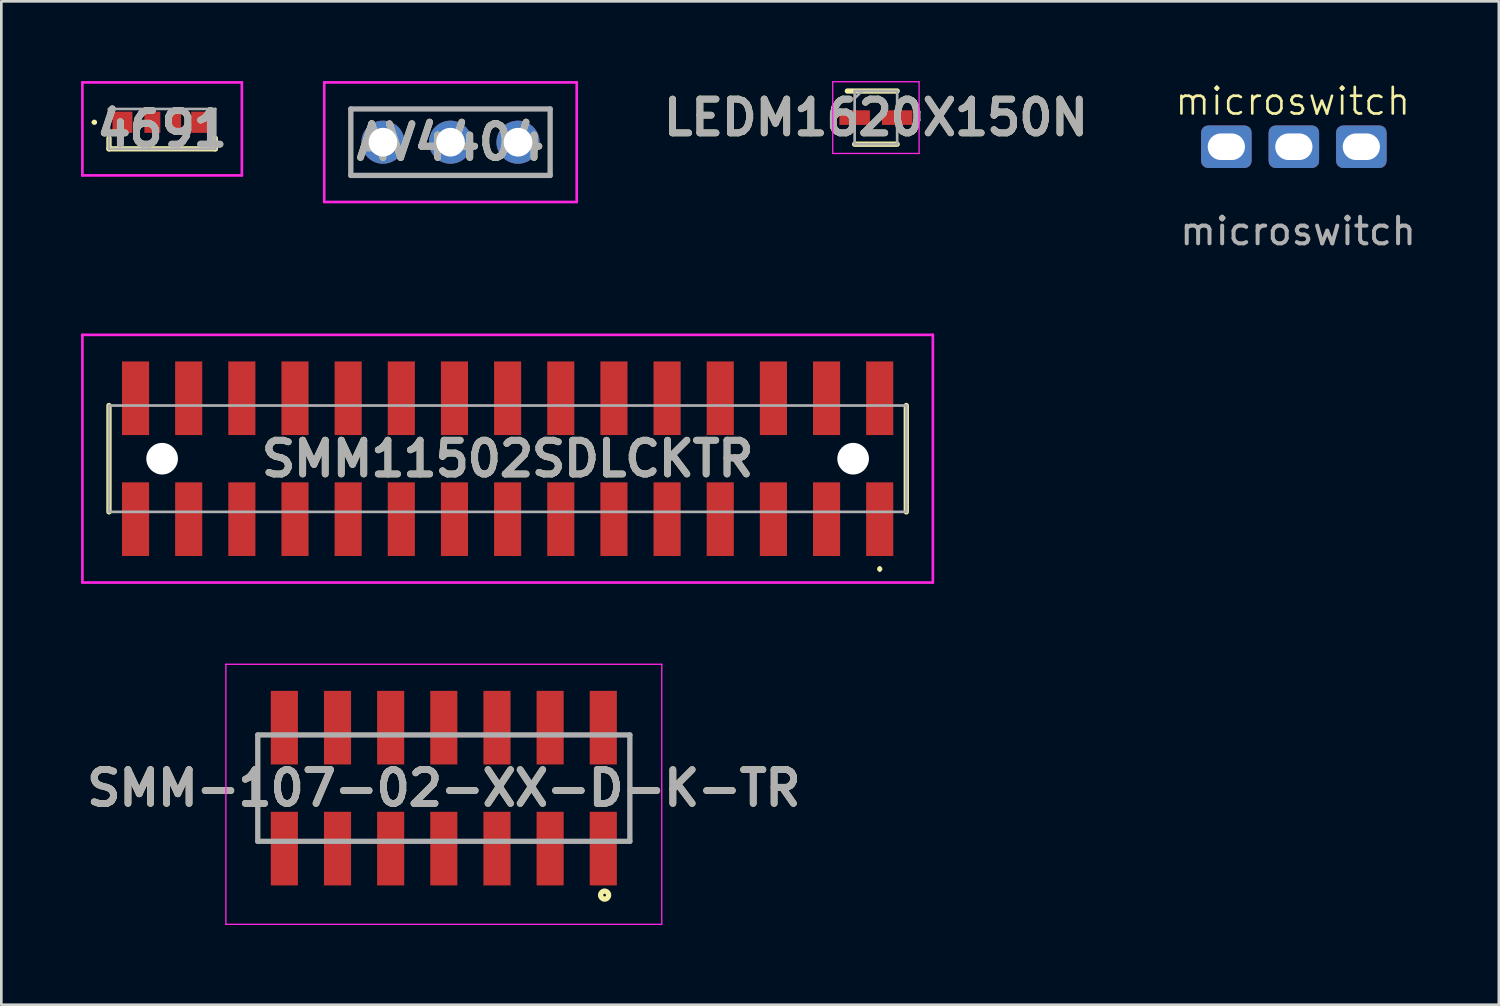
<source format=kicad_pcb>
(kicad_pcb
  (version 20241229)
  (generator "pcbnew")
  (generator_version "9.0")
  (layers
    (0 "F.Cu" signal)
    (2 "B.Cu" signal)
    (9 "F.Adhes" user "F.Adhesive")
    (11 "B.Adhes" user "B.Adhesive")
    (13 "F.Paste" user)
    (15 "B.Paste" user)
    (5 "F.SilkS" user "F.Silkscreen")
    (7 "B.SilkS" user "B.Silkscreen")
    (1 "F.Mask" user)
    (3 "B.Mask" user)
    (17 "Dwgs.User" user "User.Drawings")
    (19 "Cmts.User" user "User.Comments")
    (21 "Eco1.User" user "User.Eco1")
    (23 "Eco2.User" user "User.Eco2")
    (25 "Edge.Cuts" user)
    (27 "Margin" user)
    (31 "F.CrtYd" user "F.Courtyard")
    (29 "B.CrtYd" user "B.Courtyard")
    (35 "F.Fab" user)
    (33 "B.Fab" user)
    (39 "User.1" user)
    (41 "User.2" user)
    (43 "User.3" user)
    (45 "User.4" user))
  (footprint "microswitch"
    (layer "F.Cu")
    (at 45.792 3.151)
    (property "Reference" "microswitch" (at -0.2 -2.39 0) (unlocked yes) (layer "F.SilkS") (effects (font (size 1 1) (thickness 0.1))))
    (attr through_hole)
    (fp_text user "${REFERENCE}" (at 0 2.5 0) (unlocked yes) (layer "F.Fab") (effects (font (size 1 1) (thickness 0.15))))
    (pad "1" thru_hole roundrect (at -2.7 -0.68) (size 1.9 1.6) (drill oval 1.4 1) (layers "*.Cu" "*.Mask") (roundrect_rratio 0.164))
    (pad "2" thru_hole roundrect (at -0.16 -0.68) (size 1.9 1.6) (drill oval 1.4 1) (layers "*.Cu" "*.Mask") (roundrect_rratio 0.164))
    (pad "3" thru_hole roundrect (at 2.38 -0.68) (size 1.9 1.6) (drill oval 1.4 1) (layers "*.Cu" "*.Mask") (roundrect_rratio 0.164)))
  (footprint "SMM11502SDLCKTR"
    (layer "F.Cu")
    (at 16.05 14.209)
    (property "Reference" "SMM11502SDLCKTR" (at 0 0 0) (layer "F.SilkS") (effects (font (size 1.27 1.27) (thickness 0.254))))
    (attr through_hole)
    (fp_line (start -15 -2.001) (end -15 2.001) (stroke (width 0.2) (type solid)) (layer "F.SilkS"))
    (fp_line (start 14 4.1) (end 14 4.1) (stroke (width 0.1) (type solid)) (layer "F.SilkS"))
    (fp_line (start 14 4.2) (end 14 4.2) (stroke (width 0.1) (type solid)) (layer "F.SilkS"))
    (fp_line (start 15 -2.001) (end 15 2.001) (stroke (width 0.2) (type solid)) (layer "F.SilkS"))
    (fp_arc (start 14 4.1) (mid 14.05 4.15) (end 14 4.2) (stroke (width 0.1) (type solid)) (layer "F.SilkS"))
    (fp_arc (start 14 4.2) (mid 13.95 4.15) (end 14 4.1) (stroke (width 0.1) (type solid)) (layer "F.SilkS"))
    (fp_line (start -16 -4.66) (end 16 -4.66) (stroke (width 0.1) (type solid)) (layer "F.CrtYd"))
    (fp_line (start -16 4.66) (end -16 -4.66) (stroke (width 0.1) (type solid)) (layer "F.CrtYd"))
    (fp_line (start 16 -4.66) (end 16 4.66) (stroke (width 0.1) (type solid)) (layer "F.CrtYd"))
    (fp_line (start 16 4.66) (end -16 4.66) (stroke (width 0.1) (type solid)) (layer "F.CrtYd"))
    (fp_line (start -15 -2.001) (end 15 -2.001) (stroke (width 0.1) (type solid)) (layer "F.Fab"))
    (fp_line (start -15 2.001) (end -15 -2.001) (stroke (width 0.1) (type solid)) (layer "F.Fab"))
    (fp_line (start 15 -2.001) (end 15 2.001) (stroke (width 0.1) (type solid)) (layer "F.Fab"))
    (fp_line (start 15 2.001) (end -15 2.001) (stroke (width 0.1) (type solid)) (layer "F.Fab"))
    (fp_text user "${REFERENCE}" (at 0 0 0) (layer "F.Fab") (effects (font (size 1.27 1.27) (thickness 0.254))))
    (pad "" np_thru_hole circle (at -13 0) (size 1.19 1.19) (drill 1.19) (layers "*.Cu" "*.Mask"))
    (pad "" np_thru_hole circle (at 13 0) (size 1.19 1.19) (drill 1.19) (layers "*.Cu" "*.Mask"))
    (pad "1" smd rect (at 14 2.275) (size 1.02 2.77) (layers "F.Cu" "F.Mask" "F.Paste"))
    (pad "2" smd rect (at 14 -2.275) (size 1.02 2.77) (layers "F.Cu" "F.Mask" "F.Paste"))
    (pad "3" smd rect (at 12 2.275) (size 1.02 2.77) (layers "F.Cu" "F.Mask" "F.Paste"))
    (pad "4" smd rect (at 12 -2.275) (size 1.02 2.77) (layers "F.Cu" "F.Mask" "F.Paste"))
    (pad "5" smd rect (at 10 2.275) (size 1.02 2.77) (layers "F.Cu" "F.Mask" "F.Paste"))
    (pad "6" smd rect (at 10 -2.275) (size 1.02 2.77) (layers "F.Cu" "F.Mask" "F.Paste"))
    (pad "7" smd rect (at 8 2.275) (size 1.02 2.77) (layers "F.Cu" "F.Mask" "F.Paste"))
    (pad "8" smd rect (at 8 -2.275) (size 1.02 2.77) (layers "F.Cu" "F.Mask" "F.Paste"))
    (pad "9" smd rect (at 6 2.275) (size 1.02 2.77) (layers "F.Cu" "F.Mask" "F.Paste"))
    (pad "10" smd rect (at 6 -2.275) (size 1.02 2.77) (layers "F.Cu" "F.Mask" "F.Paste"))
    (pad "11" smd rect (at 4 2.275) (size 1.02 2.77) (layers "F.Cu" "F.Mask" "F.Paste"))
    (pad "12" smd rect (at 4 -2.275) (size 1.02 2.77) (layers "F.Cu" "F.Mask" "F.Paste"))
    (pad "13" smd rect (at 2 2.275) (size 1.02 2.77) (layers "F.Cu" "F.Mask" "F.Paste"))
    (pad "14" smd rect (at 2 -2.275) (size 1.02 2.77) (layers "F.Cu" "F.Mask" "F.Paste"))
    (pad "15" smd rect (at 0 2.275) (size 1.02 2.77) (layers "F.Cu" "F.Mask" "F.Paste"))
    (pad "16" smd rect (at 0 -2.275) (size 1.02 2.77) (layers "F.Cu" "F.Mask" "F.Paste"))
    (pad "17" smd rect (at -2 2.275) (size 1.02 2.77) (layers "F.Cu" "F.Mask" "F.Paste"))
    (pad "18" smd rect (at -2 -2.275) (size 1.02 2.77) (layers "F.Cu" "F.Mask" "F.Paste"))
    (pad "19" smd rect (at -4 2.275) (size 1.02 2.77) (layers "F.Cu" "F.Mask" "F.Paste"))
    (pad "20" smd rect (at -4 -2.275) (size 1.02 2.77) (layers "F.Cu" "F.Mask" "F.Paste"))
    (pad "21" smd rect (at -6 2.275) (size 1.02 2.77) (layers "F.Cu" "F.Mask" "F.Paste"))
    (pad "22" smd rect (at -6 -2.275) (size 1.02 2.77) (layers "F.Cu" "F.Mask" "F.Paste"))
    (pad "23" smd rect (at -8 2.275) (size 1.02 2.77) (layers "F.Cu" "F.Mask" "F.Paste"))
    (pad "24" smd rect (at -8 -2.275) (size 1.02 2.77) (layers "F.Cu" "F.Mask" "F.Paste"))
    (pad "25" smd rect (at -10 2.275) (size 1.02 2.77) (layers "F.Cu" "F.Mask" "F.Paste"))
    (pad "26" smd rect (at -10 -2.275) (size 1.02 2.77) (layers "F.Cu" "F.Mask" "F.Paste"))
    (pad "27" smd rect (at -12 2.275) (size 1.02 2.77) (layers "F.Cu" "F.Mask" "F.Paste"))
    (pad "28" smd rect (at -12 -2.275) (size 1.02 2.77) (layers "F.Cu" "F.Mask" "F.Paste"))
    (pad "29" smd rect (at -14 2.275) (size 1.02 2.77) (layers "F.Cu" "F.Mask" "F.Paste"))
    (pad "30" smd rect (at -14 -2.275) (size 1.02 2.77) (layers "F.Cu" "F.Mask" "F.Paste")))
  (footprint "AV4404"
    (layer "F.Cu")
    (at 11.36 2.3)
    (property "Reference" "AV4404" (at 2.54 0 0) (layer "F.SilkS") (effects (font (size 1.27 1.27) (thickness 0.254))))
    (attr through_hole)
    (fp_line (start -1.21 -1.25) (end -1.21 1.25) (stroke (width 0.1) (type solid)) (layer "F.SilkS"))
    (fp_line (start 6.29 -1.25) (end 6.29 1.25) (stroke (width 0.1) (type solid)) (layer "F.SilkS"))
    (fp_line (start -2.21 -2.25) (end 7.29 -2.25) (stroke (width 0.1) (type solid)) (layer "F.CrtYd"))
    (fp_line (start -2.21 2.25) (end -2.21 -2.25) (stroke (width 0.1) (type solid)) (layer "F.CrtYd"))
    (fp_line (start 7.29 -2.25) (end 7.29 2.25) (stroke (width 0.1) (type solid)) (layer "F.CrtYd"))
    (fp_line (start 7.29 2.25) (end -2.21 2.25) (stroke (width 0.1) (type solid)) (layer "F.CrtYd"))
    (fp_line (start -1.21 -1.25) (end 6.29 -1.25) (stroke (width 0.2) (type solid)) (layer "F.Fab"))
    (fp_line (start -1.21 1.25) (end -1.21 -1.25) (stroke (width 0.2) (type solid)) (layer "F.Fab"))
    (fp_line (start 6.29 -1.25) (end 6.29 1.25) (stroke (width 0.2) (type solid)) (layer "F.Fab"))
    (fp_line (start 6.29 1.25) (end -1.21 1.25) (stroke (width 0.2) (type solid)) (layer "F.Fab"))
    (fp_text user "${REFERENCE}" (at 2.54 0 0) (layer "F.Fab") (effects (font (size 1.27 1.27) (thickness 0.254))))
    (pad "1" thru_hole circle (at 0 0) (size 1.62 1.62) (drill 1.08) (layers "*.Cu" "*.Mask"))
    (pad "2" thru_hole circle (at 2.54 0) (size 1.62 1.62) (drill 1.08) (layers "*.Cu" "*.Mask"))
    (pad "3" thru_hole circle (at 5.08 0) (size 1.62 1.62) (drill 1.08) (layers "*.Cu" "*.Mask")))
  (footprint "SMM-107-02-XX-D-K-TR"
    (layer "F.Cu")
    (at 13.649 26.604)
    (property "Reference" "SMM-107-02-XX-D-K-TR" (at 0 0 0) (layer "F.SilkS") (effects (font (size 1.27 1.27) (thickness 0.254))))
    (attr smd)
    (fp_line (start -7 2.001) (end -7 -2.001) (stroke (width 0.1) (type solid)) (layer "F.SilkS"))
    (fp_line (start 7 -2.001) (end 7 2.001) (stroke (width 0.1) (type solid)) (layer "F.SilkS"))
    (fp_circle (center 6.05 4.025) (end 6.05 4.075) (stroke (width 0.2) (type solid)) (fill no) (layer "F.SilkS"))
    (fp_line (start -8.2 -4.66) (end 8.2 -4.66) (stroke (width 0.05) (type solid)) (layer "F.CrtYd"))
    (fp_line (start -8.2 5.125) (end -8.2 -4.66) (stroke (width 0.05) (type solid)) (layer "F.CrtYd"))
    (fp_line (start 8.2 -4.66) (end 8.2 5.125) (stroke (width 0.05) (type solid)) (layer "F.CrtYd"))
    (fp_line (start 8.2 5.125) (end -8.2 5.125) (stroke (width 0.05) (type solid)) (layer "F.CrtYd"))
    (fp_line (start -7 -2.001) (end 7 -2.001) (stroke (width 0.2) (type solid)) (layer "F.Fab"))
    (fp_line (start -7 2.001) (end -7 -2.001) (stroke (width 0.2) (type solid)) (layer "F.Fab"))
    (fp_line (start 7 -2.001) (end 7 2.001) (stroke (width 0.2) (type solid)) (layer "F.Fab"))
    (fp_line (start 7 2.001) (end -7 2.001) (stroke (width 0.2) (type solid)) (layer "F.Fab"))
    (fp_text user "${REFERENCE}" (at 0 0 0) (layer "F.Fab") (effects (font (size 1.27 1.27) (thickness 0.254))))
    (pad "1" smd rect (at 6 2.275) (size 1.02 2.77) (layers "F.Cu" "F.Mask" "F.Paste"))
    (pad "2" smd rect (at 6 -2.275) (size 1.02 2.77) (layers "F.Cu" "F.Mask" "F.Paste"))
    (pad "3" smd rect (at 4 2.275) (size 1.02 2.77) (layers "F.Cu" "F.Mask" "F.Paste"))
    (pad "4" smd rect (at 4 -2.275) (size 1.02 2.77) (layers "F.Cu" "F.Mask" "F.Paste"))
    (pad "5" smd rect (at 2 2.275) (size 1.02 2.77) (layers "F.Cu" "F.Mask" "F.Paste"))
    (pad "6" smd rect (at 2 -2.275) (size 1.02 2.77) (layers "F.Cu" "F.Mask" "F.Paste"))
    (pad "7" smd rect (at 0 2.275) (size 1.02 2.77) (layers "F.Cu" "F.Mask" "F.Paste"))
    (pad "8" smd rect (at 0 -2.275) (size 1.02 2.77) (layers "F.Cu" "F.Mask" "F.Paste"))
    (pad "9" smd rect (at -2 2.275) (size 1.02 2.77) (layers "F.Cu" "F.Mask" "F.Paste"))
    (pad "10" smd rect (at -2 -2.275) (size 1.02 2.77) (layers "F.Cu" "F.Mask" "F.Paste"))
    (pad "11" smd rect (at -4 2.275) (size 1.02 2.77) (layers "F.Cu" "F.Mask" "F.Paste"))
    (pad "12" smd rect (at -4 -2.275) (size 1.02 2.77) (layers "F.Cu" "F.Mask" "F.Paste"))
    (pad "13" smd rect (at -6 2.275) (size 1.02 2.77) (layers "F.Cu" "F.Mask" "F.Paste"))
    (pad "14" smd rect (at -6 -2.275) (size 1.02 2.77) (layers "F.Cu" "F.Mask" "F.Paste")))
  (footprint "LEDM1620X150N"
    (layer "F.Cu")
    (at 29.907 1.375)
    (property "Reference" "LEDM1620X150N" (at 0 0 0) (layer "F.SilkS") (effects (font (size 1.27 1.27) (thickness 0.254))))
    (attr smd)
    (fp_line (start -0.8 1) (end 0.8 1) (stroke (width 0.2) (type solid)) (layer "F.SilkS"))
    (fp_line (start 0.8 -1) (end -1.075 -1) (stroke (width 0.2) (type solid)) (layer "F.SilkS"))
    (fp_line (start -1.625 -1.35) (end 1.625 -1.35) (stroke (width 0.05) (type solid)) (layer "F.CrtYd"))
    (fp_line (start -1.625 1.35) (end -1.625 -1.35) (stroke (width 0.05) (type solid)) (layer "F.CrtYd"))
    (fp_line (start 1.625 -1.35) (end 1.625 1.35) (stroke (width 0.05) (type solid)) (layer "F.CrtYd"))
    (fp_line (start 1.625 1.35) (end -1.625 1.35) (stroke (width 0.05) (type solid)) (layer "F.CrtYd"))
    (fp_line (start -0.8 -1) (end 0.8 -1) (stroke (width 0.1) (type solid)) (layer "F.Fab"))
    (fp_line (start -0.8 -0.725) (end -0.525 -1) (stroke (width 0.1) (type solid)) (layer "F.Fab"))
    (fp_line (start -0.8 1) (end -0.8 -1) (stroke (width 0.1) (type solid)) (layer "F.Fab"))
    (fp_line (start 0.8 -1) (end 0.8 1) (stroke (width 0.1) (type solid)) (layer "F.Fab"))
    (fp_line (start 0.8 1) (end -0.8 1) (stroke (width 0.1) (type solid)) (layer "F.Fab"))
    (fp_text user "${REFERENCE}" (at 0 0 0) (layer "F.Fab") (effects (font (size 1.27 1.27) (thickness 0.254))))
    (pad "1" smd rect (at -0.8 0 90) (size 0.55 1.15) (layers "F.Cu" "F.Mask" "F.Paste"))
    (pad "2" smd rect (at 0.8 0 90) (size 0.55 1.15) (layers "F.Cu" "F.Mask" "F.Paste")))
  (footprint "4691"
    (layer "F.Cu")
    (at 3.05 1.55)
    (property "Reference" "4691" (at 0 0.25 0) (layer "F.SilkS") (effects (font (size 1.27 1.27) (thickness 0.254))))
    (attr smd)
    (fp_line (start -2.6 0) (end -2.6 0) (stroke (width 0.1) (type solid)) (layer "F.SilkS"))
    (fp_line (start -2.5 0) (end -2.5 0) (stroke (width 0.1) (type solid)) (layer "F.SilkS"))
    (fp_line (start -2 0.6) (end -2 1) (stroke (width 0.2) (type solid)) (layer "F.SilkS"))
    (fp_line (start -2 1) (end 2 1) (stroke (width 0.2) (type solid)) (layer "F.SilkS"))
    (fp_line (start 2 1) (end 2 0.6) (stroke (width 0.2) (type solid)) (layer "F.SilkS"))
    (fp_arc (start -2.6 0) (mid -2.55 -0.05) (end -2.5 0) (stroke (width 0.1) (type solid)) (layer "F.SilkS"))
    (fp_arc (start -2.5 0) (mid -2.55 0.05) (end -2.6 0) (stroke (width 0.1) (type solid)) (layer "F.SilkS"))
    (fp_line (start -3 -1.5) (end 3 -1.5) (stroke (width 0.1) (type solid)) (layer "F.CrtYd"))
    (fp_line (start -3 2) (end -3 -1.5) (stroke (width 0.1) (type solid)) (layer "F.CrtYd"))
    (fp_line (start 3 -1.5) (end 3 2) (stroke (width 0.1) (type solid)) (layer "F.CrtYd"))
    (fp_line (start 3 2) (end -3 2) (stroke (width 0.1) (type solid)) (layer "F.CrtYd"))
    (fp_line (start -2 -0.5) (end 2 -0.5) (stroke (width 0.1) (type solid)) (layer "F.Fab"))
    (fp_line (start -2 1) (end -2 -0.5) (stroke (width 0.1) (type solid)) (layer "F.Fab"))
    (fp_line (start 2 -0.5) (end 2 1) (stroke (width 0.1) (type solid)) (layer "F.Fab"))
    (fp_line (start 2 1) (end -2 1) (stroke (width 0.1) (type solid)) (layer "F.Fab"))
    (fp_text user "${REFERENCE}" (at 0 0.25 0) (layer "F.Fab") (effects (font (size 1.27 1.27) (thickness 0.254))))
    (pad "1" smd rect (at -1.492 0) (size 0.75 0.8) (layers "F.Cu" "F.Mask" "F.Paste"))
    (pad "2" smd rect (at -0.367 0) (size 0.6 0.8) (layers "F.Cu" "F.Mask" "F.Paste"))
    (pad "3" smd rect (at 0.513 0) (size 0.4 0.8) (layers "F.Cu" "F.Mask" "F.Paste"))
    (pad "4" smd rect (at 1.493 0) (size 0.8 0.8) (layers "F.Cu" "F.Mask" "F.Paste")))
  (gr_rect
    (start -3 -3)
    (end 53.345 34.754)
    (stroke (width 0.1) (type default))
    (fill no)
    (layer "Edge.Cuts")))
</source>
